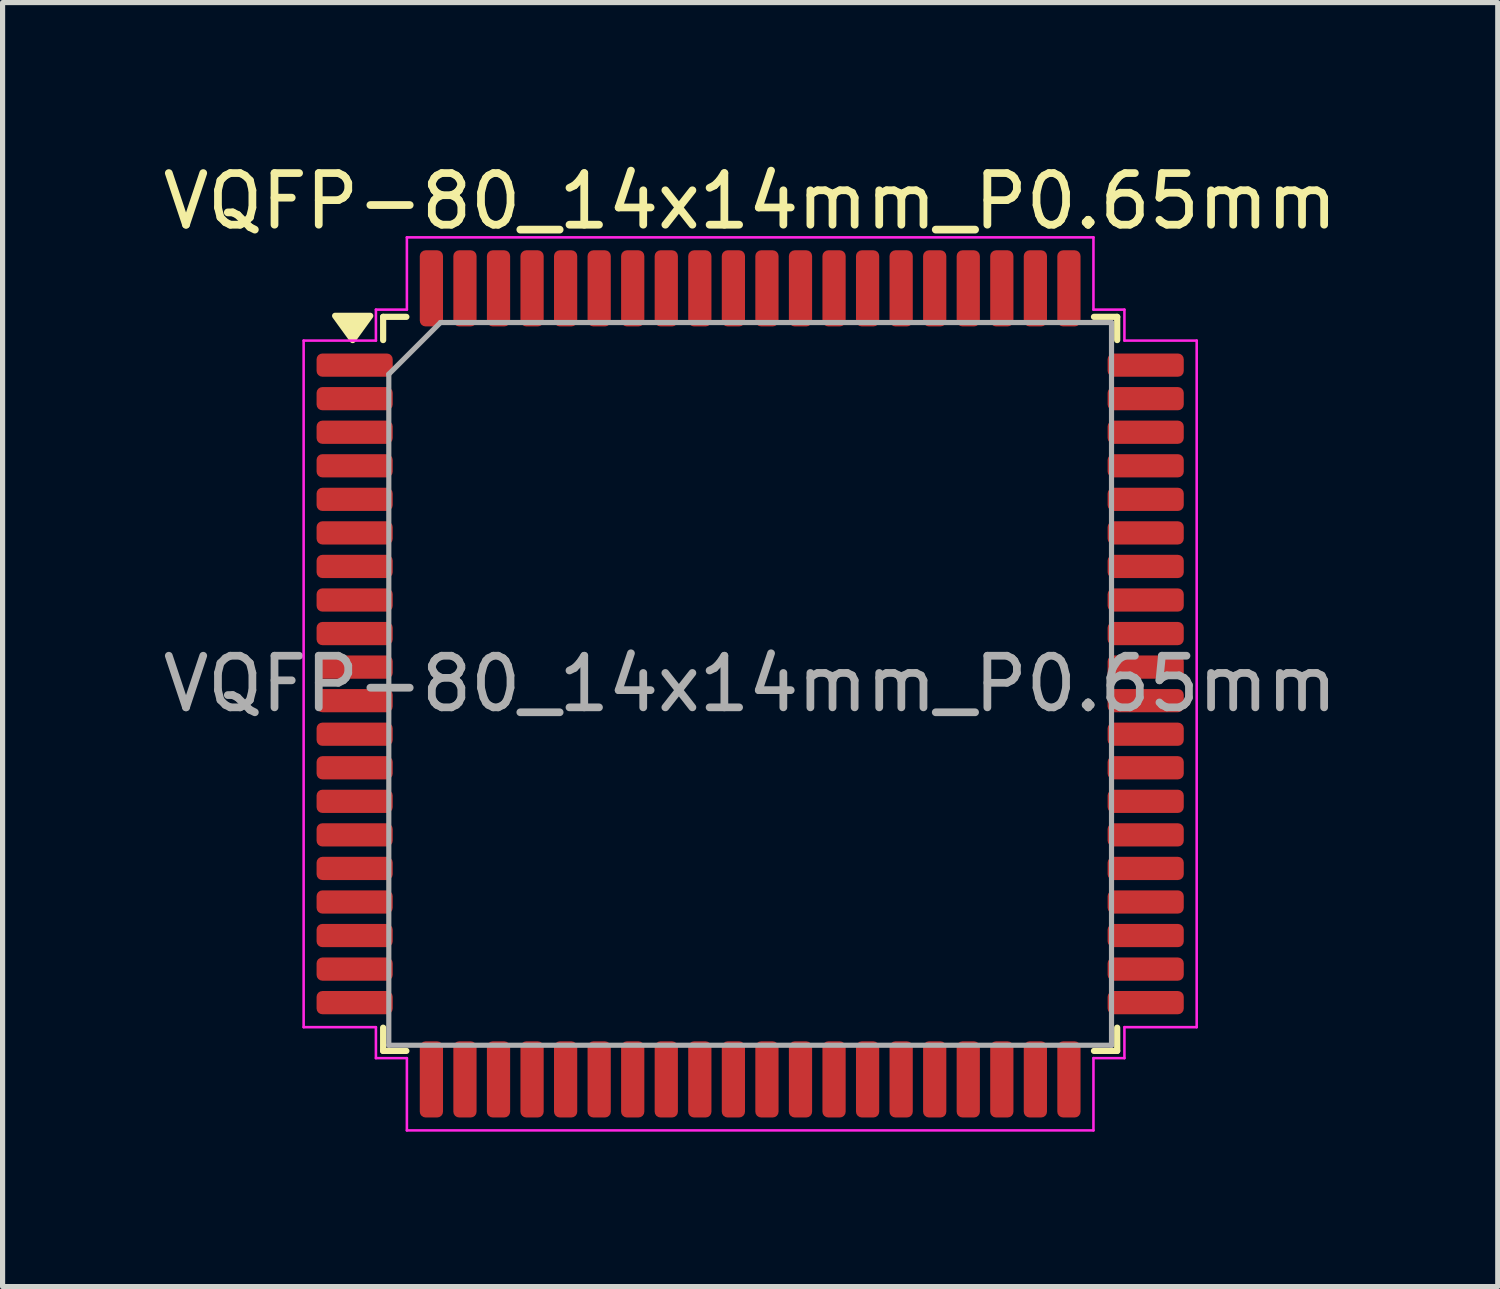
<source format=kicad_pcb>
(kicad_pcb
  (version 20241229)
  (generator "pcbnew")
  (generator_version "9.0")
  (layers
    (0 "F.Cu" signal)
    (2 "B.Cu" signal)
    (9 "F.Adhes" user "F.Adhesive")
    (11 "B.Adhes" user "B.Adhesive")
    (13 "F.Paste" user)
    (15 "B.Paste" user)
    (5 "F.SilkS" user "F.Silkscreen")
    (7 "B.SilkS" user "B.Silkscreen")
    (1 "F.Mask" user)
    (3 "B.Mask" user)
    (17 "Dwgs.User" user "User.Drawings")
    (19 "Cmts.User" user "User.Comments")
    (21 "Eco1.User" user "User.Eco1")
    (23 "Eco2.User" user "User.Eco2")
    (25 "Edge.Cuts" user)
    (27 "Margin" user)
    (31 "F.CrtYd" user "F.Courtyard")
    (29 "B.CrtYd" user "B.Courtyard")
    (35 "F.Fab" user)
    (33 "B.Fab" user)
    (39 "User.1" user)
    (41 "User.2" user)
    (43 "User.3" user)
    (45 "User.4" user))
  (footprint "VQFP-80_14x14mm_P0.65mm"
    (layer "F.Cu")
    (at 11.482 10.198)
    (property "Reference" "VQFP-80_14x14mm_P0.65mm" (at 0 -9.35 0) (layer "F.SilkS") (effects (font (size 1 1) (thickness 0.15))))
    (attr smd)
    (fp_line (start -7.11 -7.11) (end -7.11 -6.66) (stroke (width 0.12) (type solid)) (layer "F.SilkS"))
    (fp_line (start -7.11 7.11) (end -7.11 6.66) (stroke (width 0.12) (type solid)) (layer "F.SilkS"))
    (fp_line (start -6.66 -7.11) (end -7.11 -7.11) (stroke (width 0.12) (type solid)) (layer "F.SilkS"))
    (fp_line (start -6.66 7.11) (end -7.11 7.11) (stroke (width 0.12) (type solid)) (layer "F.SilkS"))
    (fp_line (start 6.66 -7.11) (end 7.11 -7.11) (stroke (width 0.12) (type solid)) (layer "F.SilkS"))
    (fp_line (start 6.66 7.11) (end 7.11 7.11) (stroke (width 0.12) (type solid)) (layer "F.SilkS"))
    (fp_line (start 7.11 -7.11) (end 7.11 -6.66) (stroke (width 0.12) (type solid)) (layer "F.SilkS"))
    (fp_line (start 7.11 7.11) (end 7.11 6.66) (stroke (width 0.12) (type solid)) (layer "F.SilkS"))
    (fp_poly (pts (xy -7.7 -6.66) (xy -8.04 -7.13) (xy -7.36 -7.13)) (stroke (width 0.12) (type solid)) (fill yes) (layer "F.SilkS"))
    (fp_line (start -8.65 -6.65) (end -7.25 -6.65) (stroke (width 0.05) (type solid)) (layer "F.CrtYd"))
    (fp_line (start -8.65 6.65) (end -8.65 -6.65) (stroke (width 0.05) (type solid)) (layer "F.CrtYd"))
    (fp_line (start -7.25 -7.25) (end -6.65 -7.25) (stroke (width 0.05) (type solid)) (layer "F.CrtYd"))
    (fp_line (start -7.25 -6.65) (end -7.25 -7.25) (stroke (width 0.05) (type solid)) (layer "F.CrtYd"))
    (fp_line (start -7.25 6.65) (end -8.65 6.65) (stroke (width 0.05) (type solid)) (layer "F.CrtYd"))
    (fp_line (start -7.25 7.25) (end -7.25 6.65) (stroke (width 0.05) (type solid)) (layer "F.CrtYd"))
    (fp_line (start -6.65 -8.65) (end 6.65 -8.65) (stroke (width 0.05) (type solid)) (layer "F.CrtYd"))
    (fp_line (start -6.65 -7.25) (end -6.65 -8.65) (stroke (width 0.05) (type solid)) (layer "F.CrtYd"))
    (fp_line (start -6.65 7.25) (end -7.25 7.25) (stroke (width 0.05) (type solid)) (layer "F.CrtYd"))
    (fp_line (start -6.65 8.65) (end -6.65 7.25) (stroke (width 0.05) (type solid)) (layer "F.CrtYd"))
    (fp_line (start 6.65 -8.65) (end 6.65 -7.25) (stroke (width 0.05) (type solid)) (layer "F.CrtYd"))
    (fp_line (start 6.65 -7.25) (end 7.25 -7.25) (stroke (width 0.05) (type solid)) (layer "F.CrtYd"))
    (fp_line (start 6.65 7.25) (end 6.65 8.65) (stroke (width 0.05) (type solid)) (layer "F.CrtYd"))
    (fp_line (start 6.65 8.65) (end -6.65 8.65) (stroke (width 0.05) (type solid)) (layer "F.CrtYd"))
    (fp_line (start 7.25 -7.25) (end 7.25 -6.65) (stroke (width 0.05) (type solid)) (layer "F.CrtYd"))
    (fp_line (start 7.25 -6.65) (end 8.65 -6.65) (stroke (width 0.05) (type solid)) (layer "F.CrtYd"))
    (fp_line (start 7.25 6.65) (end 7.25 7.25) (stroke (width 0.05) (type solid)) (layer "F.CrtYd"))
    (fp_line (start 7.25 7.25) (end 6.65 7.25) (stroke (width 0.05) (type solid)) (layer "F.CrtYd"))
    (fp_line (start 8.65 -6.65) (end 8.65 6.65) (stroke (width 0.05) (type solid)) (layer "F.CrtYd"))
    (fp_line (start 8.65 6.65) (end 7.25 6.65) (stroke (width 0.05) (type solid)) (layer "F.CrtYd"))
    (fp_line (start -7 -6) (end -6 -7) (stroke (width 0.1) (type solid)) (layer "F.Fab"))
    (fp_line (start -7 7) (end -7 -6) (stroke (width 0.1) (type solid)) (layer "F.Fab"))
    (fp_line (start -6 -7) (end 7 -7) (stroke (width 0.1) (type solid)) (layer "F.Fab"))
    (fp_line (start 7 -7) (end 7 7) (stroke (width 0.1) (type solid)) (layer "F.Fab"))
    (fp_line (start 7 7) (end -7 7) (stroke (width 0.1) (type solid)) (layer "F.Fab"))
    (fp_text user "${REFERENCE}" (at 0 0 0) (layer "F.Fab") (effects (font (size 1 1) (thickness 0.15))))
    (pad "1" smd roundrect (at -7.662 -6.175) (size 1.475 0.45) (layers "F.Cu" "F.Mask" "F.Paste") (roundrect_rratio 0.25))
    (pad "2" smd roundrect (at -7.662 -5.525) (size 1.475 0.45) (layers "F.Cu" "F.Mask" "F.Paste") (roundrect_rratio 0.25))
    (pad "3" smd roundrect (at -7.662 -4.875) (size 1.475 0.45) (layers "F.Cu" "F.Mask" "F.Paste") (roundrect_rratio 0.25))
    (pad "4" smd roundrect (at -7.662 -4.225) (size 1.475 0.45) (layers "F.Cu" "F.Mask" "F.Paste") (roundrect_rratio 0.25))
    (pad "5" smd roundrect (at -7.662 -3.575) (size 1.475 0.45) (layers "F.Cu" "F.Mask" "F.Paste") (roundrect_rratio 0.25))
    (pad "6" smd roundrect (at -7.662 -2.925) (size 1.475 0.45) (layers "F.Cu" "F.Mask" "F.Paste") (roundrect_rratio 0.25))
    (pad "7" smd roundrect (at -7.662 -2.275) (size 1.475 0.45) (layers "F.Cu" "F.Mask" "F.Paste") (roundrect_rratio 0.25))
    (pad "8" smd roundrect (at -7.662 -1.625) (size 1.475 0.45) (layers "F.Cu" "F.Mask" "F.Paste") (roundrect_rratio 0.25))
    (pad "9" smd roundrect (at -7.662 -0.975) (size 1.475 0.45) (layers "F.Cu" "F.Mask" "F.Paste") (roundrect_rratio 0.25))
    (pad "10" smd roundrect (at -7.662 -0.325) (size 1.475 0.45) (layers "F.Cu" "F.Mask" "F.Paste") (roundrect_rratio 0.25))
    (pad "11" smd roundrect (at -7.662 0.325) (size 1.475 0.45) (layers "F.Cu" "F.Mask" "F.Paste") (roundrect_rratio 0.25))
    (pad "12" smd roundrect (at -7.662 0.975) (size 1.475 0.45) (layers "F.Cu" "F.Mask" "F.Paste") (roundrect_rratio 0.25))
    (pad "13" smd roundrect (at -7.662 1.625) (size 1.475 0.45) (layers "F.Cu" "F.Mask" "F.Paste") (roundrect_rratio 0.25))
    (pad "14" smd roundrect (at -7.662 2.275) (size 1.475 0.45) (layers "F.Cu" "F.Mask" "F.Paste") (roundrect_rratio 0.25))
    (pad "15" smd roundrect (at -7.662 2.925) (size 1.475 0.45) (layers "F.Cu" "F.Mask" "F.Paste") (roundrect_rratio 0.25))
    (pad "16" smd roundrect (at -7.662 3.575) (size 1.475 0.45) (layers "F.Cu" "F.Mask" "F.Paste") (roundrect_rratio 0.25))
    (pad "17" smd roundrect (at -7.662 4.225) (size 1.475 0.45) (layers "F.Cu" "F.Mask" "F.Paste") (roundrect_rratio 0.25))
    (pad "18" smd roundrect (at -7.662 4.875) (size 1.475 0.45) (layers "F.Cu" "F.Mask" "F.Paste") (roundrect_rratio 0.25))
    (pad "19" smd roundrect (at -7.662 5.525) (size 1.475 0.45) (layers "F.Cu" "F.Mask" "F.Paste") (roundrect_rratio 0.25))
    (pad "20" smd roundrect (at -7.662 6.175) (size 1.475 0.45) (layers "F.Cu" "F.Mask" "F.Paste") (roundrect_rratio 0.25))
    (pad "21" smd roundrect (at -6.175 7.662) (size 0.45 1.475) (layers "F.Cu" "F.Mask" "F.Paste") (roundrect_rratio 0.25))
    (pad "22" smd roundrect (at -5.525 7.662) (size 0.45 1.475) (layers "F.Cu" "F.Mask" "F.Paste") (roundrect_rratio 0.25))
    (pad "23" smd roundrect (at -4.875 7.662) (size 0.45 1.475) (layers "F.Cu" "F.Mask" "F.Paste") (roundrect_rratio 0.25))
    (pad "24" smd roundrect (at -4.225 7.662) (size 0.45 1.475) (layers "F.Cu" "F.Mask" "F.Paste") (roundrect_rratio 0.25))
    (pad "25" smd roundrect (at -3.575 7.662) (size 0.45 1.475) (layers "F.Cu" "F.Mask" "F.Paste") (roundrect_rratio 0.25))
    (pad "26" smd roundrect (at -2.925 7.662) (size 0.45 1.475) (layers "F.Cu" "F.Mask" "F.Paste") (roundrect_rratio 0.25))
    (pad "27" smd roundrect (at -2.275 7.662) (size 0.45 1.475) (layers "F.Cu" "F.Mask" "F.Paste") (roundrect_rratio 0.25))
    (pad "28" smd roundrect (at -1.625 7.662) (size 0.45 1.475) (layers "F.Cu" "F.Mask" "F.Paste") (roundrect_rratio 0.25))
    (pad "29" smd roundrect (at -0.975 7.662) (size 0.45 1.475) (layers "F.Cu" "F.Mask" "F.Paste") (roundrect_rratio 0.25))
    (pad "30" smd roundrect (at -0.325 7.662) (size 0.45 1.475) (layers "F.Cu" "F.Mask" "F.Paste") (roundrect_rratio 0.25))
    (pad "31" smd roundrect (at 0.325 7.662) (size 0.45 1.475) (layers "F.Cu" "F.Mask" "F.Paste") (roundrect_rratio 0.25))
    (pad "32" smd roundrect (at 0.975 7.662) (size 0.45 1.475) (layers "F.Cu" "F.Mask" "F.Paste") (roundrect_rratio 0.25))
    (pad "33" smd roundrect (at 1.625 7.662) (size 0.45 1.475) (layers "F.Cu" "F.Mask" "F.Paste") (roundrect_rratio 0.25))
    (pad "34" smd roundrect (at 2.275 7.662) (size 0.45 1.475) (layers "F.Cu" "F.Mask" "F.Paste") (roundrect_rratio 0.25))
    (pad "35" smd roundrect (at 2.925 7.662) (size 0.45 1.475) (layers "F.Cu" "F.Mask" "F.Paste") (roundrect_rratio 0.25))
    (pad "36" smd roundrect (at 3.575 7.662) (size 0.45 1.475) (layers "F.Cu" "F.Mask" "F.Paste") (roundrect_rratio 0.25))
    (pad "37" smd roundrect (at 4.225 7.662) (size 0.45 1.475) (layers "F.Cu" "F.Mask" "F.Paste") (roundrect_rratio 0.25))
    (pad "38" smd roundrect (at 4.875 7.662) (size 0.45 1.475) (layers "F.Cu" "F.Mask" "F.Paste") (roundrect_rratio 0.25))
    (pad "39" smd roundrect (at 5.525 7.662) (size 0.45 1.475) (layers "F.Cu" "F.Mask" "F.Paste") (roundrect_rratio 0.25))
    (pad "40" smd roundrect (at 6.175 7.662) (size 0.45 1.475) (layers "F.Cu" "F.Mask" "F.Paste") (roundrect_rratio 0.25))
    (pad "41" smd roundrect (at 7.662 6.175) (size 1.475 0.45) (layers "F.Cu" "F.Mask" "F.Paste") (roundrect_rratio 0.25))
    (pad "42" smd roundrect (at 7.662 5.525) (size 1.475 0.45) (layers "F.Cu" "F.Mask" "F.Paste") (roundrect_rratio 0.25))
    (pad "43" smd roundrect (at 7.662 4.875) (size 1.475 0.45) (layers "F.Cu" "F.Mask" "F.Paste") (roundrect_rratio 0.25))
    (pad "44" smd roundrect (at 7.662 4.225) (size 1.475 0.45) (layers "F.Cu" "F.Mask" "F.Paste") (roundrect_rratio 0.25))
    (pad "45" smd roundrect (at 7.662 3.575) (size 1.475 0.45) (layers "F.Cu" "F.Mask" "F.Paste") (roundrect_rratio 0.25))
    (pad "46" smd roundrect (at 7.662 2.925) (size 1.475 0.45) (layers "F.Cu" "F.Mask" "F.Paste") (roundrect_rratio 0.25))
    (pad "47" smd roundrect (at 7.662 2.275) (size 1.475 0.45) (layers "F.Cu" "F.Mask" "F.Paste") (roundrect_rratio 0.25))
    (pad "48" smd roundrect (at 7.662 1.625) (size 1.475 0.45) (layers "F.Cu" "F.Mask" "F.Paste") (roundrect_rratio 0.25))
    (pad "49" smd roundrect (at 7.662 0.975) (size 1.475 0.45) (layers "F.Cu" "F.Mask" "F.Paste") (roundrect_rratio 0.25))
    (pad "50" smd roundrect (at 7.662 0.325) (size 1.475 0.45) (layers "F.Cu" "F.Mask" "F.Paste") (roundrect_rratio 0.25))
    (pad "51" smd roundrect (at 7.662 -0.325) (size 1.475 0.45) (layers "F.Cu" "F.Mask" "F.Paste") (roundrect_rratio 0.25))
    (pad "52" smd roundrect (at 7.662 -0.975) (size 1.475 0.45) (layers "F.Cu" "F.Mask" "F.Paste") (roundrect_rratio 0.25))
    (pad "53" smd roundrect (at 7.662 -1.625) (size 1.475 0.45) (layers "F.Cu" "F.Mask" "F.Paste") (roundrect_rratio 0.25))
    (pad "54" smd roundrect (at 7.662 -2.275) (size 1.475 0.45) (layers "F.Cu" "F.Mask" "F.Paste") (roundrect_rratio 0.25))
    (pad "55" smd roundrect (at 7.662 -2.925) (size 1.475 0.45) (layers "F.Cu" "F.Mask" "F.Paste") (roundrect_rratio 0.25))
    (pad "56" smd roundrect (at 7.662 -3.575) (size 1.475 0.45) (layers "F.Cu" "F.Mask" "F.Paste") (roundrect_rratio 0.25))
    (pad "57" smd roundrect (at 7.662 -4.225) (size 1.475 0.45) (layers "F.Cu" "F.Mask" "F.Paste") (roundrect_rratio 0.25))
    (pad "58" smd roundrect (at 7.662 -4.875) (size 1.475 0.45) (layers "F.Cu" "F.Mask" "F.Paste") (roundrect_rratio 0.25))
    (pad "59" smd roundrect (at 7.662 -5.525) (size 1.475 0.45) (layers "F.Cu" "F.Mask" "F.Paste") (roundrect_rratio 0.25))
    (pad "60" smd roundrect (at 7.662 -6.175) (size 1.475 0.45) (layers "F.Cu" "F.Mask" "F.Paste") (roundrect_rratio 0.25))
    (pad "61" smd roundrect (at 6.175 -7.662) (size 0.45 1.475) (layers "F.Cu" "F.Mask" "F.Paste") (roundrect_rratio 0.25))
    (pad "62" smd roundrect (at 5.525 -7.662) (size 0.45 1.475) (layers "F.Cu" "F.Mask" "F.Paste") (roundrect_rratio 0.25))
    (pad "63" smd roundrect (at 4.875 -7.662) (size 0.45 1.475) (layers "F.Cu" "F.Mask" "F.Paste") (roundrect_rratio 0.25))
    (pad "64" smd roundrect (at 4.225 -7.662) (size 0.45 1.475) (layers "F.Cu" "F.Mask" "F.Paste") (roundrect_rratio 0.25))
    (pad "65" smd roundrect (at 3.575 -7.662) (size 0.45 1.475) (layers "F.Cu" "F.Mask" "F.Paste") (roundrect_rratio 0.25))
    (pad "66" smd roundrect (at 2.925 -7.662) (size 0.45 1.475) (layers "F.Cu" "F.Mask" "F.Paste") (roundrect_rratio 0.25))
    (pad "67" smd roundrect (at 2.275 -7.662) (size 0.45 1.475) (layers "F.Cu" "F.Mask" "F.Paste") (roundrect_rratio 0.25))
    (pad "68" smd roundrect (at 1.625 -7.662) (size 0.45 1.475) (layers "F.Cu" "F.Mask" "F.Paste") (roundrect_rratio 0.25))
    (pad "69" smd roundrect (at 0.975 -7.662) (size 0.45 1.475) (layers "F.Cu" "F.Mask" "F.Paste") (roundrect_rratio 0.25))
    (pad "70" smd roundrect (at 0.325 -7.662) (size 0.45 1.475) (layers "F.Cu" "F.Mask" "F.Paste") (roundrect_rratio 0.25))
    (pad "71" smd roundrect (at -0.325 -7.662) (size 0.45 1.475) (layers "F.Cu" "F.Mask" "F.Paste") (roundrect_rratio 0.25))
    (pad "72" smd roundrect (at -0.975 -7.662) (size 0.45 1.475) (layers "F.Cu" "F.Mask" "F.Paste") (roundrect_rratio 0.25))
    (pad "73" smd roundrect (at -1.625 -7.662) (size 0.45 1.475) (layers "F.Cu" "F.Mask" "F.Paste") (roundrect_rratio 0.25))
    (pad "74" smd roundrect (at -2.275 -7.662) (size 0.45 1.475) (layers "F.Cu" "F.Mask" "F.Paste") (roundrect_rratio 0.25))
    (pad "75" smd roundrect (at -2.925 -7.662) (size 0.45 1.475) (layers "F.Cu" "F.Mask" "F.Paste") (roundrect_rratio 0.25))
    (pad "76" smd roundrect (at -3.575 -7.662) (size 0.45 1.475) (layers "F.Cu" "F.Mask" "F.Paste") (roundrect_rratio 0.25))
    (pad "77" smd roundrect (at -4.225 -7.662) (size 0.45 1.475) (layers "F.Cu" "F.Mask" "F.Paste") (roundrect_rratio 0.25))
    (pad "78" smd roundrect (at -4.875 -7.662) (size 0.45 1.475) (layers "F.Cu" "F.Mask" "F.Paste") (roundrect_rratio 0.25))
    (pad "79" smd roundrect (at -5.525 -7.662) (size 0.45 1.475) (layers "F.Cu" "F.Mask" "F.Paste") (roundrect_rratio 0.25))
    (pad "80" smd roundrect (at -6.175 -7.662) (size 0.45 1.475) (layers "F.Cu" "F.Mask" "F.Paste") (roundrect_rratio 0.25)))
  (gr_rect
    (start -3 -3)
    (end 25.964 21.873)
    (stroke (width 0.1) (type default))
    (fill no)
    (layer "Edge.Cuts")))
</source>
